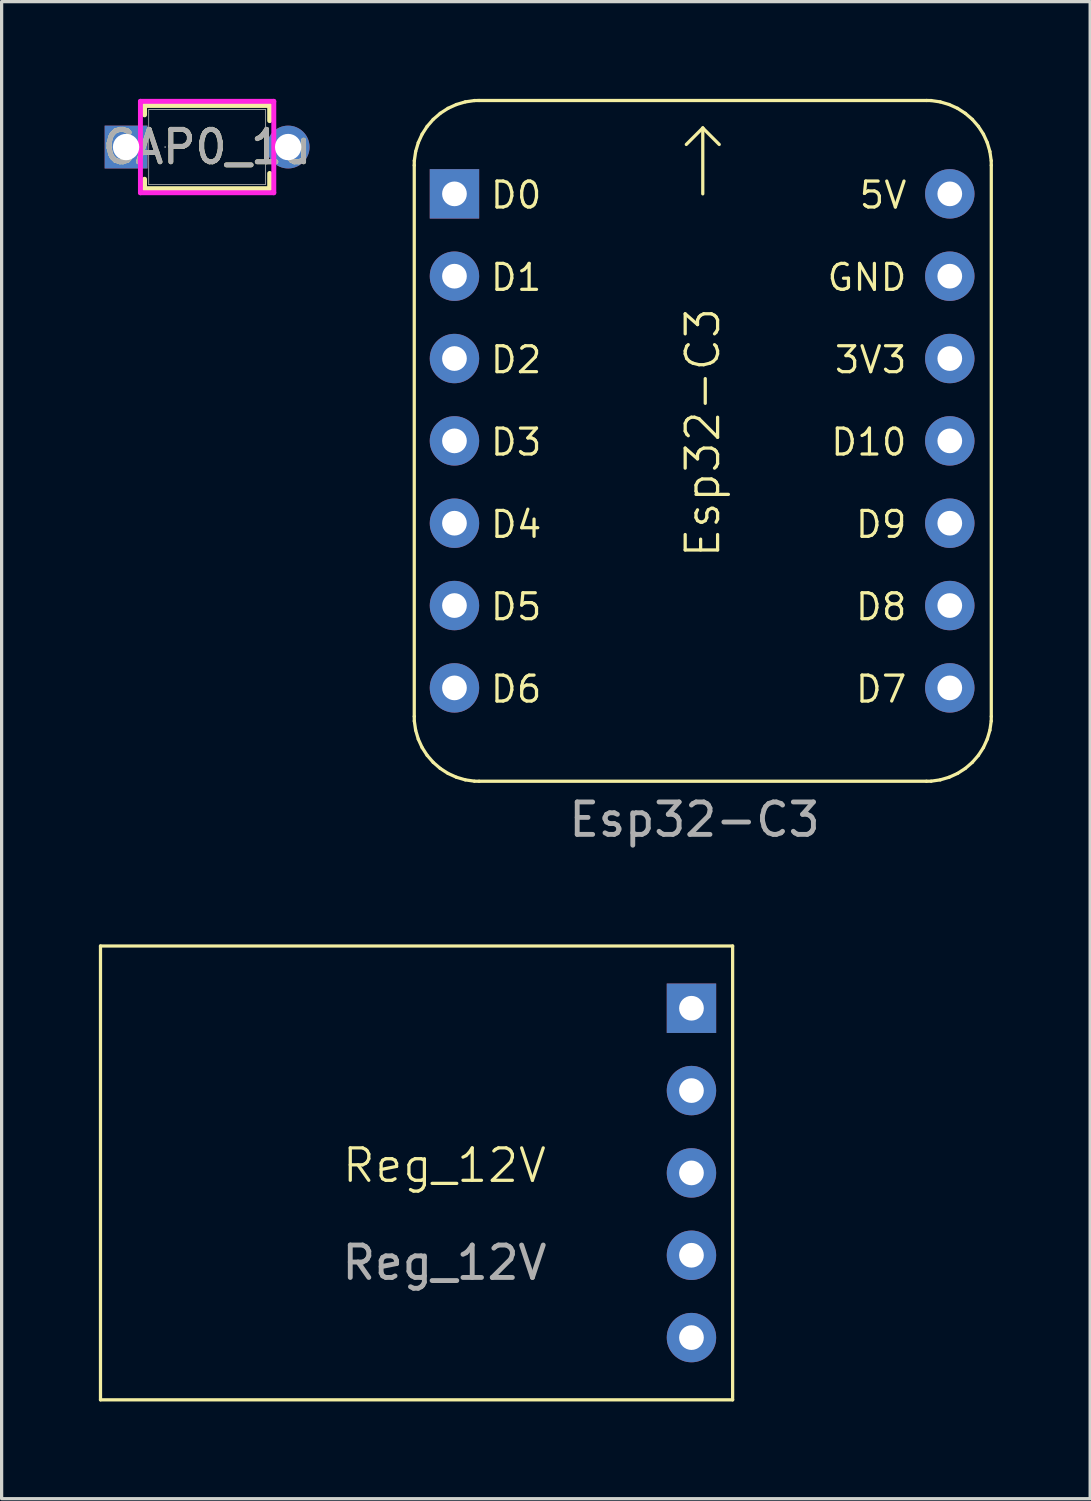
<source format=kicad_pcb>
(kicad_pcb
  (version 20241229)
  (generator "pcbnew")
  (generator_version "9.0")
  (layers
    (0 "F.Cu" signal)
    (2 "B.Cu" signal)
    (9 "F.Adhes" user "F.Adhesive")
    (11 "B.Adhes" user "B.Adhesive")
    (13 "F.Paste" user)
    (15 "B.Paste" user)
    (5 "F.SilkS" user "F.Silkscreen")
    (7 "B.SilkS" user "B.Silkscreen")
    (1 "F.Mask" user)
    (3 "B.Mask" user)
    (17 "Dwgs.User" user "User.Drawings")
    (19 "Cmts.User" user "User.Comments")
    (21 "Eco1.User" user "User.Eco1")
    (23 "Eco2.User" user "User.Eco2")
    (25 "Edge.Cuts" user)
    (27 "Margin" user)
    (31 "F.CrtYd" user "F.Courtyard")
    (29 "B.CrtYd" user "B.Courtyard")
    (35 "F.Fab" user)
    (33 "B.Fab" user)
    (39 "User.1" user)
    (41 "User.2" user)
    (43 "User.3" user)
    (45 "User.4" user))
  (footprint "Esp32-C3"
    (layer "F.Cu")
    (at 18.629 10.55)
    (property "Reference" "Esp32-C3" (at 0 -0.254 90) (unlocked yes) (layer "F.SilkS") (effects (font (size 1 1) (thickness 0.1))))
    (attr through_hole)
    (fp_line (start -8.9 -8.5) (end -8.9 8.5) (stroke (width 0.1) (type default)) (layer "F.SilkS"))
    (fp_line (start -8.9 8.5) (end -8.898 8.643) (stroke (width 0.1) (type default)) (layer "F.SilkS"))
    (fp_line (start -8.898 -8.643) (end -8.9 -8.5) (stroke (width 0.1) (type default)) (layer "F.SilkS"))
    (fp_line (start -8.898 8.643) (end -8.857 8.926) (stroke (width 0.1) (type default)) (layer "F.SilkS"))
    (fp_line (start -8.857 -8.926) (end -8.898 -8.643) (stroke (width 0.1) (type default)) (layer "F.SilkS"))
    (fp_line (start -8.857 8.926) (end -8.776 9.2) (stroke (width 0.1) (type default)) (layer "F.SilkS"))
    (fp_line (start -8.776 -9.2) (end -8.857 -8.926) (stroke (width 0.1) (type default)) (layer "F.SilkS"))
    (fp_line (start -8.776 9.2) (end -8.658 9.46) (stroke (width 0.1) (type default)) (layer "F.SilkS"))
    (fp_line (start -8.658 -9.46) (end -8.776 -9.2) (stroke (width 0.1) (type default)) (layer "F.SilkS"))
    (fp_line (start -8.658 9.46) (end -8.503 9.7) (stroke (width 0.1) (type default)) (layer "F.SilkS"))
    (fp_line (start -8.503 -9.7) (end -8.658 -9.46) (stroke (width 0.1) (type default)) (layer "F.SilkS"))
    (fp_line (start -8.503 9.7) (end -8.316 9.916) (stroke (width 0.1) (type default)) (layer "F.SilkS"))
    (fp_line (start -8.316 -9.916) (end -8.503 -9.7) (stroke (width 0.1) (type default)) (layer "F.SilkS"))
    (fp_line (start -8.316 9.916) (end -8.1 10.103) (stroke (width 0.1) (type default)) (layer "F.SilkS"))
    (fp_line (start -8.1 -10.103) (end -8.316 -9.916) (stroke (width 0.1) (type default)) (layer "F.SilkS"))
    (fp_line (start -8.1 10.103) (end -7.86 10.258) (stroke (width 0.1) (type default)) (layer "F.SilkS"))
    (fp_line (start -7.86 -10.258) (end -8.1 -10.103) (stroke (width 0.1) (type default)) (layer "F.SilkS"))
    (fp_line (start -7.86 10.258) (end -7.6 10.376) (stroke (width 0.1) (type default)) (layer "F.SilkS"))
    (fp_line (start -7.6 -10.376) (end -7.86 -10.258) (stroke (width 0.1) (type default)) (layer "F.SilkS"))
    (fp_line (start -7.6 10.376) (end -7.326 10.457) (stroke (width 0.1) (type default)) (layer "F.SilkS"))
    (fp_line (start -7.326 -10.457) (end -7.6 -10.376) (stroke (width 0.1) (type default)) (layer "F.SilkS"))
    (fp_line (start -7.326 10.457) (end -7.043 10.498) (stroke (width 0.1) (type default)) (layer "F.SilkS"))
    (fp_line (start -7.043 -10.498) (end -7.326 -10.457) (stroke (width 0.1) (type default)) (layer "F.SilkS"))
    (fp_line (start -7.043 10.498) (end -6.9 10.5) (stroke (width 0.1) (type default)) (layer "F.SilkS"))
    (fp_line (start -6.9 -10.5) (end -7.043 -10.498) (stroke (width 0.1) (type default)) (layer "F.SilkS"))
    (fp_line (start -6.9 10.5) (end 6.9 10.5) (stroke (width 0.1) (type default)) (layer "F.SilkS"))
    (fp_line (start 0 -9.652) (end -0.508 -9.144) (stroke (width 0.1) (type default)) (layer "F.SilkS"))
    (fp_line (start 0 -9.652) (end 0 -7.62) (stroke (width 0.1) (type default)) (layer "F.SilkS"))
    (fp_line (start 0 -9.652) (end 0.508 -9.144) (stroke (width 0.1) (type default)) (layer "F.SilkS"))
    (fp_line (start 6.9 -10.5) (end -6.9 -10.5) (stroke (width 0.1) (type default)) (layer "F.SilkS"))
    (fp_line (start 6.9 10.5) (end 7.043 10.498) (stroke (width 0.1) (type default)) (layer "F.SilkS"))
    (fp_line (start 7.043 -10.498) (end 6.9 -10.5) (stroke (width 0.1) (type default)) (layer "F.SilkS"))
    (fp_line (start 7.043 10.498) (end 7.326 10.457) (stroke (width 0.1) (type default)) (layer "F.SilkS"))
    (fp_line (start 7.326 -10.457) (end 7.043 -10.498) (stroke (width 0.1) (type default)) (layer "F.SilkS"))
    (fp_line (start 7.326 10.457) (end 7.6 10.376) (stroke (width 0.1) (type default)) (layer "F.SilkS"))
    (fp_line (start 7.6 -10.376) (end 7.326 -10.457) (stroke (width 0.1) (type default)) (layer "F.SilkS"))
    (fp_line (start 7.6 10.376) (end 7.86 10.258) (stroke (width 0.1) (type default)) (layer "F.SilkS"))
    (fp_line (start 7.86 -10.258) (end 7.6 -10.376) (stroke (width 0.1) (type default)) (layer "F.SilkS"))
    (fp_line (start 7.86 10.258) (end 8.1 10.103) (stroke (width 0.1) (type default)) (layer "F.SilkS"))
    (fp_line (start 8.1 -10.103) (end 7.86 -10.258) (stroke (width 0.1) (type default)) (layer "F.SilkS"))
    (fp_line (start 8.1 10.103) (end 8.316 9.916) (stroke (width 0.1) (type default)) (layer "F.SilkS"))
    (fp_line (start 8.316 -9.916) (end 8.1 -10.103) (stroke (width 0.1) (type default)) (layer "F.SilkS"))
    (fp_line (start 8.316 9.916) (end 8.503 9.7) (stroke (width 0.1) (type default)) (layer "F.SilkS"))
    (fp_line (start 8.503 -9.7) (end 8.316 -9.916) (stroke (width 0.1) (type default)) (layer "F.SilkS"))
    (fp_line (start 8.503 9.7) (end 8.658 9.46) (stroke (width 0.1) (type default)) (layer "F.SilkS"))
    (fp_line (start 8.658 -9.46) (end 8.503 -9.7) (stroke (width 0.1) (type default)) (layer "F.SilkS"))
    (fp_line (start 8.658 9.46) (end 8.776 9.2) (stroke (width 0.1) (type default)) (layer "F.SilkS"))
    (fp_line (start 8.776 -9.2) (end 8.658 -9.46) (stroke (width 0.1) (type default)) (layer "F.SilkS"))
    (fp_line (start 8.776 9.2) (end 8.857 8.926) (stroke (width 0.1) (type default)) (layer "F.SilkS"))
    (fp_line (start 8.857 -8.926) (end 8.776 -9.2) (stroke (width 0.1) (type default)) (layer "F.SilkS"))
    (fp_line (start 8.857 8.926) (end 8.898 8.643) (stroke (width 0.1) (type default)) (layer "F.SilkS"))
    (fp_line (start 8.898 -8.643) (end 8.857 -8.926) (stroke (width 0.1) (type default)) (layer "F.SilkS"))
    (fp_line (start 8.898 8.643) (end 8.9 8.5) (stroke (width 0.1) (type default)) (layer "F.SilkS"))
    (fp_line (start 8.9 -8.5) (end 8.898 -8.643) (stroke (width 0.1) (type default)) (layer "F.SilkS"))
    (fp_line (start 8.9 8.5) (end 8.9 -8.5) (stroke (width 0.1) (type default)) (layer "F.SilkS"))
    (fp_text user "D2" (at -6.604 -2.032 0) (unlocked yes) (layer "F.SilkS") (effects (font (size 0.8 0.8) (thickness 0.1)) (justify left bottom)))
    (fp_text user "D4" (at -6.604 3.048 0) (unlocked yes) (layer "F.SilkS") (effects (font (size 0.8 0.8) (thickness 0.1)) (justify left bottom)))
    (fp_text user "5V" (at 6.35 -7.112 0) (unlocked yes) (layer "F.SilkS") (effects (font (size 0.8 0.8) (thickness 0.1)) (justify right bottom)))
    (fp_text user "D6" (at -6.604 8.128 0) (unlocked yes) (layer "F.SilkS") (effects (font (size 0.8 0.8) (thickness 0.1)) (justify left bottom)))
    (fp_text user "D3" (at -6.604 0.508 0) (unlocked yes) (layer "F.SilkS") (effects (font (size 0.8 0.8) (thickness 0.1)) (justify left bottom)))
    (fp_text user "D5" (at -6.604 5.588 0) (unlocked yes) (layer "F.SilkS") (effects (font (size 0.8 0.8) (thickness 0.1)) (justify left bottom)))
    (fp_text user "D10" (at 6.35 0.508 0) (unlocked yes) (layer "F.SilkS") (effects (font (size 0.8 0.8) (thickness 0.1)) (justify right bottom)))
    (fp_text user "D9" (at 6.35 3.048 0) (unlocked yes) (layer "F.SilkS") (effects (font (size 0.8 0.8) (thickness 0.1)) (justify right bottom)))
    (fp_text user "D0" (at -6.604 -7.112 0) (unlocked yes) (layer "F.SilkS") (effects (font (size 0.8 0.8) (thickness 0.1)) (justify left bottom)))
    (fp_text user "D7" (at 6.35 8.128 0) (unlocked yes) (layer "F.SilkS") (effects (font (size 0.8 0.8) (thickness 0.1)) (justify right bottom)))
    (fp_text user "GND" (at 6.35 -4.572 0) (unlocked yes) (layer "F.SilkS") (effects (font (size 0.8 0.8) (thickness 0.1)) (justify right bottom)))
    (fp_text user "3V3" (at 6.35 -2.032 0) (unlocked yes) (layer "F.SilkS") (effects (font (size 0.8 0.8) (thickness 0.1)) (justify right bottom)))
    (fp_text user "D8" (at 6.35 5.588 0) (unlocked yes) (layer "F.SilkS") (effects (font (size 0.8 0.8) (thickness 0.1)) (justify right bottom)))
    (fp_text user "D1" (at -6.604 -4.572 0) (unlocked yes) (layer "F.SilkS") (effects (font (size 0.8 0.8) (thickness 0.1)) (justify left bottom)))
    (fp_text user "${REFERENCE}" (at -0.254 11.684 0) (unlocked yes) (layer "F.Fab") (effects (font (size 1 1) (thickness 0.15))))
    (pad "1" thru_hole rect (at -7.66 -7.62) (size 1.524 1.524) (drill 0.762) (layers "*.Cu" "*.Mask"))
    (pad "2" thru_hole circle (at -7.66 -5.08) (size 1.524 1.524) (drill 0.762) (layers "*.Cu" "*.Mask"))
    (pad "3" thru_hole circle (at -7.66 -2.54) (size 1.524 1.524) (drill 0.762) (layers "*.Cu" "*.Mask"))
    (pad "4" thru_hole circle (at -7.66 0) (size 1.524 1.524) (drill 0.762) (layers "*.Cu" "*.Mask"))
    (pad "5" thru_hole circle (at -7.66 2.54) (size 1.524 1.524) (drill 0.762) (layers "*.Cu" "*.Mask"))
    (pad "6" thru_hole circle (at -7.66 5.08) (size 1.524 1.524) (drill 0.762) (layers "*.Cu" "*.Mask"))
    (pad "7" thru_hole circle (at -7.66 7.62) (size 1.524 1.524) (drill 0.762) (layers "*.Cu" "*.Mask"))
    (pad "8" thru_hole circle (at 7.62 7.62) (size 1.524 1.524) (drill 0.762) (layers "*.Cu" "*.Mask"))
    (pad "9" thru_hole circle (at 7.62 5.08) (size 1.524 1.524) (drill 0.762) (layers "*.Cu" "*.Mask"))
    (pad "10" thru_hole circle (at 7.62 2.54) (size 1.524 1.524) (drill 0.762) (layers "*.Cu" "*.Mask"))
    (pad "11" thru_hole circle (at 7.62 0) (size 1.524 1.524) (drill 0.762) (layers "*.Cu" "*.Mask"))
    (pad "12" thru_hole circle (at 7.62 -2.54) (size 1.524 1.524) (drill 0.762) (layers "*.Cu" "*.Mask"))
    (pad "13" thru_hole circle (at 7.62 -5.08) (size 1.524 1.524) (drill 0.762) (layers "*.Cu" "*.Mask"))
    (pad "14" thru_hole circle (at 7.62 -7.62) (size 1.524 1.524) (drill 0.762) (layers "*.Cu" "*.Mask"))
    (zone (net_name "") (layer "F.SilkS") (hatch edge 0.5) (connect_pads) (min_thickness 0.25) (filled_areas_thickness no) (keepout (tracks allowed) (vias allowed) (pads not_allowed) (copperpour allowed) (footprints not_allowed)) (placement (enabled no)) (fill) (polygon (pts (arc (start 11.728572 0.05) (mid 10.314358 0.635786) (end 9.728572 2.05)) (arc (start 9.728572 19.05) (mid 10.314358 20.464214) (end 11.728572 21.05)) (arc (start 25.528572 21.05) (mid 26.942786 20.464214) (end 27.528572 19.05)) (arc (start 27.528572 2.05) (mid 26.942786 0.635786) (end 25.528572 0.05))))))
  (footprint "Reg_12V"
    (layer "F.Cu")
    (at 18.28 28.052)
    (property "Reference" "Reg_12V" (at -7.62 4.85 0) (unlocked yes) (layer "F.SilkS") (effects (font (size 1 1) (thickness 0.1))))
    (attr through_hole)
    (fp_line (start -18.23 -1.92) (end 1.27 -1.92) (stroke (width 0.1) (type default)) (layer "F.SilkS"))
    (fp_line (start -18.23 12.08) (end -18.23 -1.92) (stroke (width 0.1) (type default)) (layer "F.SilkS"))
    (fp_line (start 1.27 -1.92) (end 1.27 12.08) (stroke (width 0.1) (type default)) (layer "F.SilkS"))
    (fp_line (start 1.27 12.08) (end -18.23 12.08) (stroke (width 0.1) (type default)) (layer "F.SilkS"))
    (fp_text user "${REFERENCE}" (at -7.62 7.85 0) (unlocked yes) (layer "F.Fab") (effects (font (size 1 1) (thickness 0.15))))
    (pad "1" thru_hole rect (at 0 0) (size 1.524 1.524) (drill 0.762) (layers "*.Cu" "*.Mask"))
    (pad "2" thru_hole circle (at 0 2.54) (size 1.524 1.524) (drill 0.762) (layers "*.Cu" "*.Mask"))
    (pad "3" thru_hole circle (at 0 5.08) (size 1.524 1.524) (drill 0.762) (layers "*.Cu" "*.Mask"))
    (pad "4" thru_hole circle (at 0 7.62) (size 1.524 1.524) (drill 0.762) (layers "*.Cu" "*.Mask"))
    (pad "5" thru_hole circle (at 0 10.16) (size 1.524 1.524) (drill 0.762) (layers "*.Cu" "*.Mask"))
    (zone (net_name "") (layer "F.SilkS") (hatch edge 0.5) (connect_pads) (min_thickness 0.25) (filled_areas_thickness no) (keepout (tracks allowed) (vias allowed) (pads not_allowed) (copperpour allowed) (footprints not_allowed)) (placement (enabled no)) (fill) (polygon (pts (xy 0.05 26.132) (xy 19.55 26.132) (xy 19.55 40.132) (xy 0.05 40.132)))))
  (footprint "CAP0_1u"
    (layer "F.Cu")
    (at 0.839 1.486)
    (property "Reference" "CAP0_1u" (at 2.5 0 0) (unlocked yes) (layer "F.SilkS") (effects (font (size 1 1) (thickness 0.15))))
    (attr through_hole)
    (fp_line (start 0.57 -1.283) (end 0.57 -0.993) (stroke (width 0.152) (type solid)) (layer "F.SilkS"))
    (fp_line (start 0.57 0.993) (end 0.57 1.283) (stroke (width 0.152) (type solid)) (layer "F.SilkS"))
    (fp_line (start 4.43 -1.283) (end 0.57 -1.283) (stroke (width 0.152) (type solid)) (layer "F.SilkS"))
    (fp_line (start 4.43 -1.283) (end 4.43 -0.814) (stroke (width 0.152) (type solid)) (layer "F.SilkS"))
    (fp_line (start 4.43 0.814) (end 4.43 1.283) (stroke (width 0.152) (type solid)) (layer "F.SilkS"))
    (fp_line (start 4.43 1.283) (end 0.57 1.283) (stroke (width 0.152) (type solid)) (layer "F.SilkS"))
    (fp_line (start 0.443 -1.41) (end 4.557 -1.41) (stroke (width 0.152) (type solid)) (layer "F.CrtYd"))
    (fp_line (start 0.443 1.41) (end 0.443 -1.41) (stroke (width 0.152) (type solid)) (layer "F.CrtYd"))
    (fp_line (start 4.557 -1.41) (end 4.557 1.41) (stroke (width 0.152) (type solid)) (layer "F.CrtYd"))
    (fp_line (start 4.557 1.41) (end 0.443 1.41) (stroke (width 0.152) (type solid)) (layer "F.CrtYd"))
    (fp_line (start 0.697 -1.156) (end 0.697 1.156) (stroke (width 0.025) (type solid)) (layer "F.Fab"))
    (fp_line (start 4.303 -1.156) (end 0.697 -1.156) (stroke (width 0.025) (type solid)) (layer "F.Fab"))
    (fp_line (start 4.303 -1.156) (end 4.303 1.156) (stroke (width 0.025) (type solid)) (layer "F.Fab"))
    (fp_line (start 4.303 1.156) (end 0.697 1.156) (stroke (width 0.025) (type solid)) (layer "F.Fab"))
    (fp_circle (center 1.205 0) (end 1.205 0) (stroke (width 0.025) (type solid)) (fill no) (layer "F.Fab"))
    (fp_text user "${REFERENCE}" (at 2.5 0 0) (unlocked yes) (layer "F.Fab") (effects (font (size 1 1) (thickness 0.15))))
    (pad "1" thru_hole rect (at 0 0) (size 1.321 1.321) (drill 0.813) (layers "*.Cu" "*.Mask"))
    (pad "2" thru_hole circle (at 5 0) (size 1.321 1.321) (drill 0.813) (layers "*.Cu" "*.Mask")))
  (gr_rect
    (start -3 -3)
    (end 30.579 43.182)
    (stroke (width 0.1) (type default))
    (fill no)
    (layer "Edge.Cuts")))
</source>
